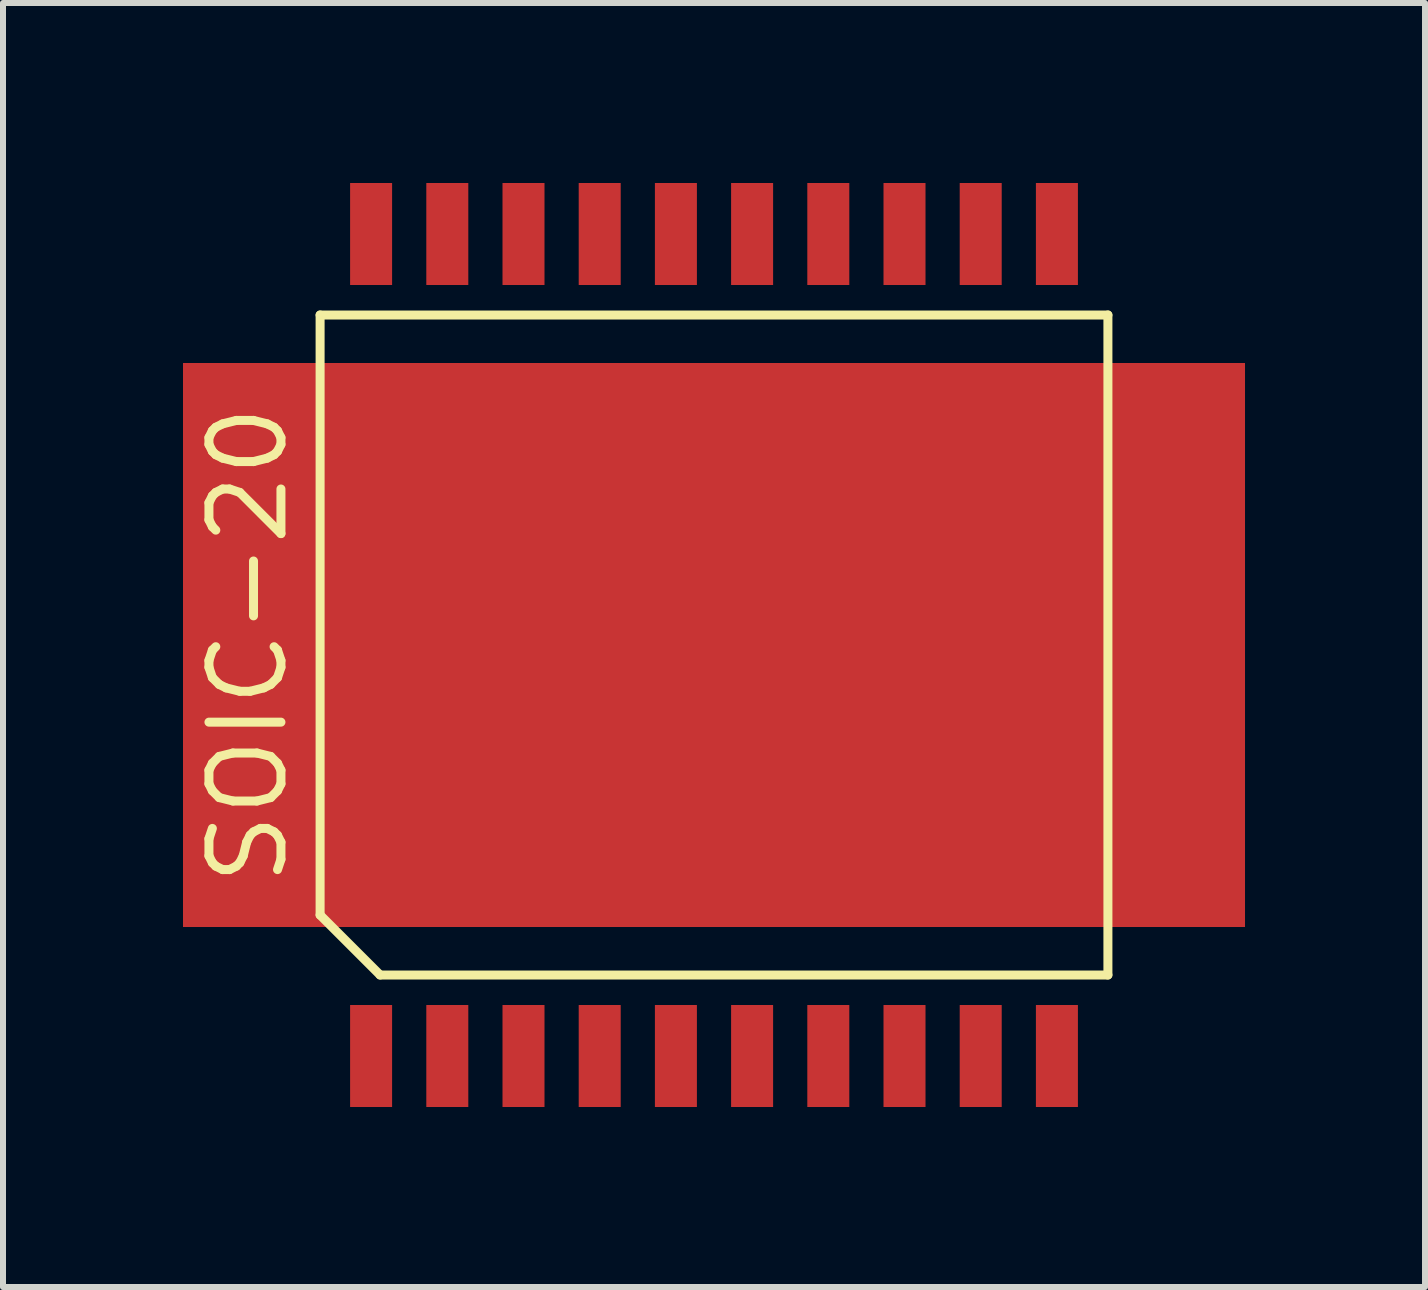
<source format=kicad_pcb>
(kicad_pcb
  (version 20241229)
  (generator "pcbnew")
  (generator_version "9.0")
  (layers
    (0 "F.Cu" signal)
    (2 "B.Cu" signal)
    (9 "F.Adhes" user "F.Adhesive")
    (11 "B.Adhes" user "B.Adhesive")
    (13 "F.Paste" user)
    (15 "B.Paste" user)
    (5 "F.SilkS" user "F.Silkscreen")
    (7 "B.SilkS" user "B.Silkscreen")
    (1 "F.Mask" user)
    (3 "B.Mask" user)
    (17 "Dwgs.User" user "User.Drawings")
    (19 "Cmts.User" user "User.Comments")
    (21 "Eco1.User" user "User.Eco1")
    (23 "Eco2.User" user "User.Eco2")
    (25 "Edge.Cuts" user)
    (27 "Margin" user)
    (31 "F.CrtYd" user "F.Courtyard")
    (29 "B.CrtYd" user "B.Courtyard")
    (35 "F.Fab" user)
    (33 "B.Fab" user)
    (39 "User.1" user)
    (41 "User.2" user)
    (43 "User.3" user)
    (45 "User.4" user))
  (footprint "SOIC-20"
    (layer "F.Cu")
    (at 8.85 7.7)
    (property "Reference" "SOIC-20" (at -7.765 0 90) (layer "F.SilkS") (effects (font (size 1.2 1.2) (thickness 0.15))))
    (attr through_hole)
    (fp_line (start -6.565 -5.5) (end -6.565 4.5) (stroke (width 0.15) (type solid)) (layer "F.SilkS"))
    (fp_line (start -6.565 4.5) (end -5.565 5.5) (stroke (width 0.15) (type solid)) (layer "F.SilkS"))
    (fp_line (start -5.565 5.5) (end 6.565 5.5) (stroke (width 0.15) (type solid)) (layer "F.SilkS"))
    (fp_line (start 6.565 -5.5) (end -6.565 -5.5) (stroke (width 0.15) (type solid)) (layer "F.SilkS"))
    (fp_line (start 6.565 5.5) (end 6.565 -5.5) (stroke (width 0.15) (type solid)) (layer "F.SilkS"))
    (pad "1" smd rect (at -5.715 6.85) (size 0.7 1.7) (layers "F.Cu" "F.Mask" "F.Paste"))
    (pad "2" smd rect (at -4.445 6.85) (size 0.7 1.7) (layers "F.Cu" "F.Mask" "F.Paste"))
    (pad "3" smd rect (at -3.175 6.85) (size 0.7 1.7) (layers "F.Cu" "F.Mask" "F.Paste"))
    (pad "4" smd rect (at -1.905 6.85) (size 0.7 1.7) (layers "F.Cu" "F.Mask" "F.Paste"))
    (pad "5" smd rect (at -0.635 6.85) (size 0.7 1.7) (layers "F.Cu" "F.Mask" "F.Paste"))
    (pad "6" smd rect (at 0.635 6.85) (size 0.7 1.7) (layers "F.Cu" "F.Mask" "F.Paste"))
    (pad "7" smd rect (at 1.905 6.85) (size 0.7 1.7) (layers "F.Cu" "F.Mask" "F.Paste"))
    (pad "8" smd rect (at 3.175 6.85) (size 0.7 1.7) (layers "F.Cu" "F.Mask" "F.Paste"))
    (pad "9" smd rect (at 4.445 6.85) (size 0.7 1.7) (layers "F.Cu" "F.Mask" "F.Paste"))
    (pad "10" smd rect (at 5.715 6.85) (size 0.7 1.7) (layers "F.Cu" "F.Mask" "F.Paste"))
    (pad "11" smd rect (at 5.715 -6.85) (size 0.7 1.7) (layers "F.Cu" "F.Mask" "F.Paste"))
    (pad "12" smd rect (at 4.445 -6.85) (size 0.7 1.7) (layers "F.Cu" "F.Mask" "F.Paste"))
    (pad "13" smd rect (at 3.175 -6.85) (size 0.7 1.7) (layers "F.Cu" "F.Mask" "F.Paste"))
    (pad "14" smd rect (at 1.905 -6.85) (size 0.7 1.7) (layers "F.Cu" "F.Mask" "F.Paste"))
    (pad "15" smd rect (at 0.635 -6.85) (size 0.7 1.7) (layers "F.Cu" "F.Mask" "F.Paste"))
    (pad "16" smd rect (at -0.635 -6.85) (size 0.7 1.7) (layers "F.Cu" "F.Mask" "F.Paste"))
    (pad "17" smd rect (at -1.905 -6.85) (size 0.7 1.7) (layers "F.Cu" "F.Mask" "F.Paste"))
    (pad "18" smd rect (at -3.175 -6.85) (size 0.7 1.7) (layers "F.Cu" "F.Mask" "F.Paste"))
    (pad "19" smd rect (at -4.445 -6.85) (size 0.7 1.7) (layers "F.Cu" "F.Mask" "F.Paste"))
    (pad "20" smd rect (at -5.715 -6.85) (size 0.7 1.7) (layers "F.Cu" "F.Mask" "F.Paste"))
    (pad "21" smd rect (at 0 0 90) (size 9.4 17.7) (layers "F.Cu" "F.Mask" "F.Paste")))
  (gr_rect
    (start -3 -3)
    (end 20.7 18.4)
    (stroke (width 0.1) (type default))
    (fill no)
    (layer "Edge.Cuts")))
</source>
